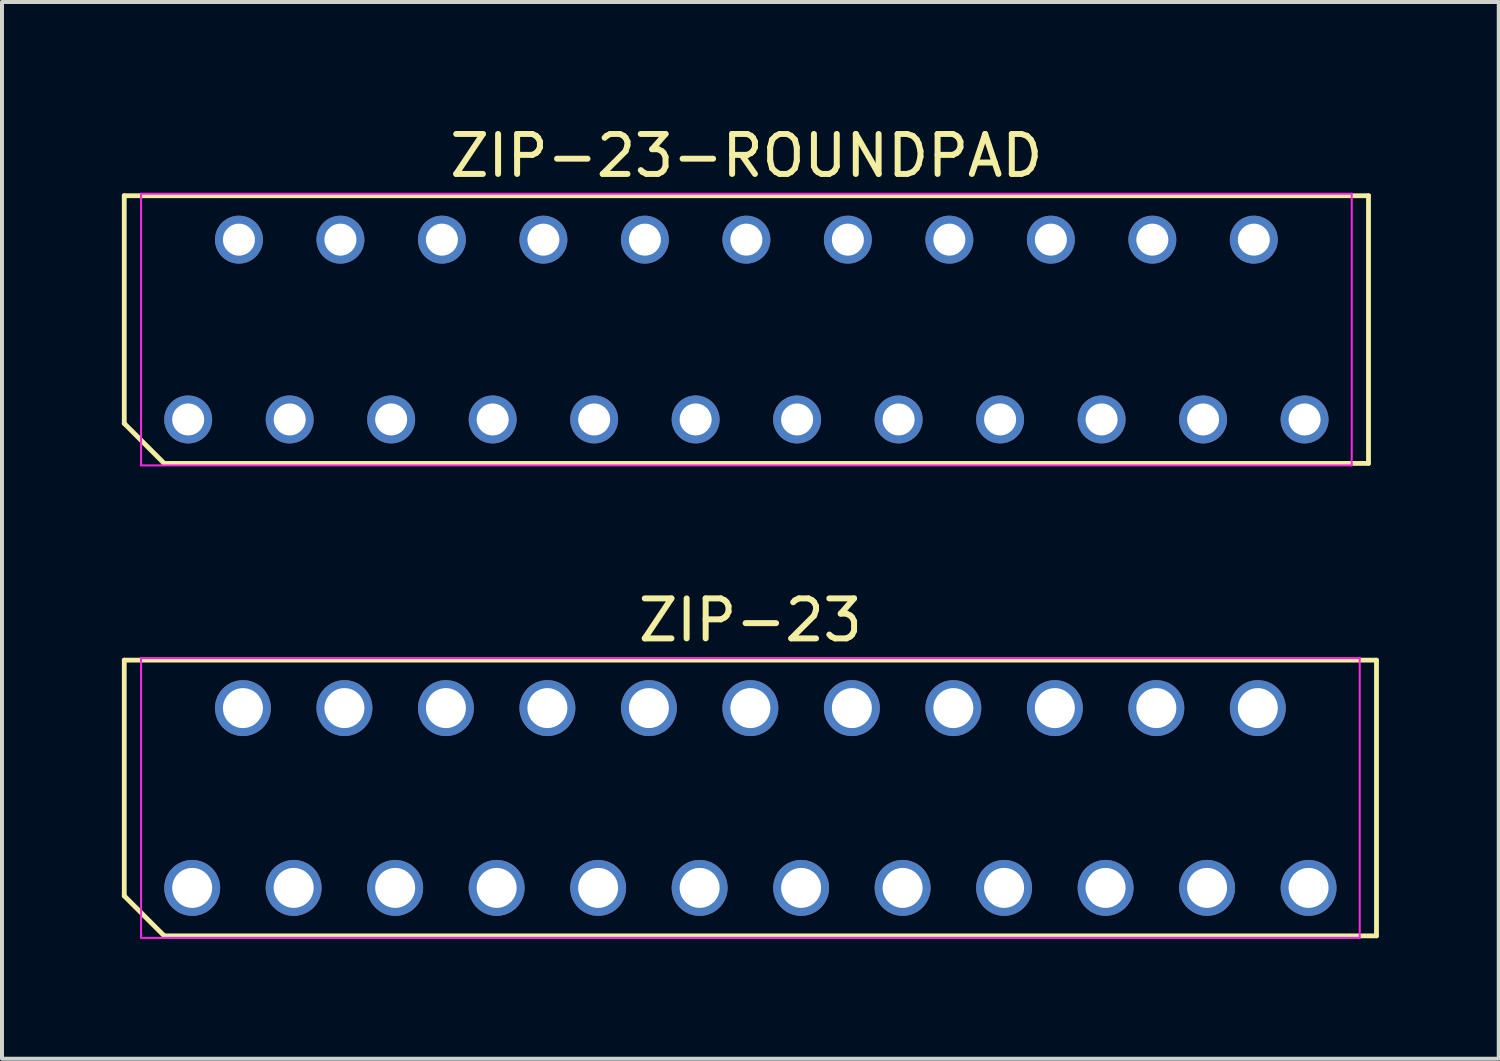
<source format=kicad_pcb>
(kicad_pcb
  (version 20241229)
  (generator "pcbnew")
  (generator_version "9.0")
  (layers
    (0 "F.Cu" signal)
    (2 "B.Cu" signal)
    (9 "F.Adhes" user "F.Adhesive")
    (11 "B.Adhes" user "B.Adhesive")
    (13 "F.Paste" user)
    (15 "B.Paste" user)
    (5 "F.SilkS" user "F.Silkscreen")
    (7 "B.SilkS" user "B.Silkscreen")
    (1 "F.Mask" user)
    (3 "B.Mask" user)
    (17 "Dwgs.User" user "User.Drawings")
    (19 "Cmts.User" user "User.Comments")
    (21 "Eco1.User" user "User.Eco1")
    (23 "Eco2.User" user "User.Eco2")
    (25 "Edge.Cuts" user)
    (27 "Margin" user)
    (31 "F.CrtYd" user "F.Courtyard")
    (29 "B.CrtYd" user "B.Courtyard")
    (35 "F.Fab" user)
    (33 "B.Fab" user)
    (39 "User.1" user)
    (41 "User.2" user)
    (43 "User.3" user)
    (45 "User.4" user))
  (footprint "ZIP-23-ROUNDPAD"
    (layer "F.Cu")
    (at 15.63 5.198)
    (property "Reference" "ZIP-23-ROUNDPAD" (at 0 -4.35 0) (layer "F.SilkS") (effects (font (size 1 1) (thickness 0.15))))
    (attr through_hole)
    (fp_line (start -15.57 -3.35) (end 15.57 -3.35) (stroke (width 0.12) (type default)) (layer "F.SilkS"))
    (fp_line (start -15.57 2.35) (end -15.57 -3.35) (stroke (width 0.12) (type default)) (layer "F.SilkS"))
    (fp_line (start -14.57 3.35) (end -15.57 2.35) (stroke (width 0.12) (type default)) (layer "F.SilkS"))
    (fp_line (start 15.57 -3.35) (end 15.57 3.35) (stroke (width 0.12) (type default)) (layer "F.SilkS"))
    (fp_line (start 15.57 3.35) (end -14.57 3.35) (stroke (width 0.12) (type default)) (layer "F.SilkS"))
    (fp_line (start -15.15 -3.4) (end 15.15 -3.4) (stroke (width 0.05) (type default)) (layer "F.CrtYd"))
    (fp_line (start -15.15 3.4) (end -15.15 -3.4) (stroke (width 0.05) (type default)) (layer "F.CrtYd"))
    (fp_line (start 15.15 -3.4) (end 15.15 3.4) (stroke (width 0.05) (type default)) (layer "F.CrtYd"))
    (fp_line (start 15.15 3.4) (end -15.15 3.4) (stroke (width 0.05) (type default)) (layer "F.CrtYd"))
    (pad "1" thru_hole oval (at -13.97 2.25) (size 1.2 1.2) (drill 0.8) (layers "*.Cu" "*.Mask"))
    (pad "2" thru_hole oval (at -12.7 -2.25) (size 1.2 1.2) (drill 0.8) (layers "*.Cu" "*.Mask"))
    (pad "3" thru_hole oval (at -11.43 2.25) (size 1.2 1.2) (drill 0.8) (layers "*.Cu" "*.Mask"))
    (pad "4" thru_hole oval (at -10.16 -2.25) (size 1.2 1.2) (drill 0.8) (layers "*.Cu" "*.Mask"))
    (pad "5" thru_hole oval (at -8.89 2.25) (size 1.2 1.2) (drill 0.8) (layers "*.Cu" "*.Mask"))
    (pad "6" thru_hole oval (at -7.62 -2.25) (size 1.2 1.2) (drill 0.8) (layers "*.Cu" "*.Mask"))
    (pad "7" thru_hole oval (at -6.35 2.25) (size 1.2 1.2) (drill 0.8) (layers "*.Cu" "*.Mask"))
    (pad "8" thru_hole oval (at -5.08 -2.25) (size 1.2 1.2) (drill 0.8) (layers "*.Cu" "*.Mask"))
    (pad "9" thru_hole oval (at -3.81 2.25) (size 1.2 1.2) (drill 0.8) (layers "*.Cu" "*.Mask"))
    (pad "10" thru_hole oval (at -2.54 -2.25) (size 1.2 1.2) (drill 0.8) (layers "*.Cu" "*.Mask"))
    (pad "11" thru_hole oval (at -1.27 2.25) (size 1.2 1.2) (drill 0.8) (layers "*.Cu" "*.Mask"))
    (pad "12" thru_hole oval (at 0 -2.25) (size 1.2 1.2) (drill 0.8) (layers "*.Cu" "*.Mask"))
    (pad "13" thru_hole oval (at 1.27 2.25) (size 1.2 1.2) (drill 0.8) (layers "*.Cu" "*.Mask"))
    (pad "14" thru_hole oval (at 2.54 -2.25) (size 1.2 1.2) (drill 0.8) (layers "*.Cu" "*.Mask"))
    (pad "15" thru_hole oval (at 3.81 2.25) (size 1.2 1.2) (drill 0.8) (layers "*.Cu" "*.Mask"))
    (pad "16" thru_hole oval (at 5.08 -2.25) (size 1.2 1.2) (drill 0.8) (layers "*.Cu" "*.Mask"))
    (pad "17" thru_hole oval (at 6.35 2.25) (size 1.2 1.2) (drill 0.8) (layers "*.Cu" "*.Mask"))
    (pad "18" thru_hole oval (at 7.62 -2.25) (size 1.2 1.2) (drill 0.8) (layers "*.Cu" "*.Mask"))
    (pad "19" thru_hole oval (at 8.89 2.25) (size 1.2 1.2) (drill 0.8) (layers "*.Cu" "*.Mask"))
    (pad "20" thru_hole oval (at 10.16 -2.25) (size 1.2 1.2) (drill 0.8) (layers "*.Cu" "*.Mask"))
    (pad "21" thru_hole oval (at 11.43 2.25) (size 1.2 1.2) (drill 0.8) (layers "*.Cu" "*.Mask"))
    (pad "22" thru_hole oval (at 12.7 -2.25) (size 1.2 1.2) (drill 0.8) (layers "*.Cu" "*.Mask"))
    (pad "23" thru_hole oval (at 13.97 2.25) (size 1.2 1.2) (drill 0.8) (layers "*.Cu" "*.Mask")))
  (footprint "ZIP-23"
    (layer "F.Cu")
    (at 15.73 16.922)
    (property "Reference" "ZIP-23" (at 0 -4.45 0) (layer "F.SilkS") (effects (font (size 1 1) (thickness 0.15))))
    (attr through_hole)
    (fp_line (start -15.67 -3.45) (end 15.67 -3.45) (stroke (width 0.12) (type default)) (layer "F.SilkS"))
    (fp_line (start -15.67 2.45) (end -15.67 -3.45) (stroke (width 0.12) (type default)) (layer "F.SilkS"))
    (fp_line (start -14.67 3.45) (end -15.67 2.45) (stroke (width 0.12) (type default)) (layer "F.SilkS"))
    (fp_line (start 15.67 -3.45) (end 15.67 3.45) (stroke (width 0.12) (type default)) (layer "F.SilkS"))
    (fp_line (start 15.67 3.45) (end -14.67 3.45) (stroke (width 0.12) (type default)) (layer "F.SilkS"))
    (fp_line (start -15.25 -3.5) (end 15.25 -3.5) (stroke (width 0.05) (type default)) (layer "F.CrtYd"))
    (fp_line (start -15.25 3.5) (end -15.25 -3.5) (stroke (width 0.05) (type default)) (layer "F.CrtYd"))
    (fp_line (start 15.25 -3.5) (end 15.25 3.5) (stroke (width 0.05) (type default)) (layer "F.CrtYd"))
    (fp_line (start 15.25 3.5) (end -15.25 3.5) (stroke (width 0.05) (type default)) (layer "F.CrtYd"))
    (pad "1" thru_hole oval (at -13.97 2.25) (size 1.4 1.4) (drill 1) (layers "*.Cu" "*.Mask"))
    (pad "2" thru_hole oval (at -12.7 -2.25) (size 1.4 1.4) (drill 1) (layers "*.Cu" "*.Mask"))
    (pad "3" thru_hole oval (at -11.43 2.25) (size 1.4 1.4) (drill 1) (layers "*.Cu" "*.Mask"))
    (pad "4" thru_hole oval (at -10.16 -2.25) (size 1.4 1.4) (drill 1) (layers "*.Cu" "*.Mask"))
    (pad "5" thru_hole oval (at -8.89 2.25) (size 1.4 1.4) (drill 1) (layers "*.Cu" "*.Mask"))
    (pad "6" thru_hole oval (at -7.62 -2.25) (size 1.4 1.4) (drill 1) (layers "*.Cu" "*.Mask"))
    (pad "7" thru_hole oval (at -6.35 2.25) (size 1.4 1.4) (drill 1) (layers "*.Cu" "*.Mask"))
    (pad "8" thru_hole oval (at -5.08 -2.25) (size 1.4 1.4) (drill 1) (layers "*.Cu" "*.Mask"))
    (pad "9" thru_hole oval (at -3.81 2.25) (size 1.4 1.4) (drill 1) (layers "*.Cu" "*.Mask"))
    (pad "10" thru_hole oval (at -2.54 -2.25) (size 1.4 1.4) (drill 1) (layers "*.Cu" "*.Mask"))
    (pad "11" thru_hole oval (at -1.27 2.25) (size 1.4 1.4) (drill 1) (layers "*.Cu" "*.Mask"))
    (pad "12" thru_hole oval (at 0 -2.25) (size 1.4 1.4) (drill 1) (layers "*.Cu" "*.Mask"))
    (pad "13" thru_hole oval (at 1.27 2.25) (size 1.4 1.4) (drill 1) (layers "*.Cu" "*.Mask"))
    (pad "14" thru_hole oval (at 2.54 -2.25) (size 1.4 1.4) (drill 1) (layers "*.Cu" "*.Mask"))
    (pad "15" thru_hole oval (at 3.81 2.25) (size 1.4 1.4) (drill 1) (layers "*.Cu" "*.Mask"))
    (pad "16" thru_hole oval (at 5.08 -2.25) (size 1.4 1.4) (drill 1) (layers "*.Cu" "*.Mask"))
    (pad "17" thru_hole oval (at 6.35 2.25) (size 1.4 1.4) (drill 1) (layers "*.Cu" "*.Mask"))
    (pad "18" thru_hole oval (at 7.62 -2.25) (size 1.4 1.4) (drill 1) (layers "*.Cu" "*.Mask"))
    (pad "19" thru_hole oval (at 8.89 2.25) (size 1.4 1.4) (drill 1) (layers "*.Cu" "*.Mask"))
    (pad "20" thru_hole oval (at 10.16 -2.25) (size 1.4 1.4) (drill 1) (layers "*.Cu" "*.Mask"))
    (pad "21" thru_hole oval (at 11.43 2.25) (size 1.4 1.4) (drill 1) (layers "*.Cu" "*.Mask"))
    (pad "22" thru_hole oval (at 12.7 -2.25) (size 1.4 1.4) (drill 1) (layers "*.Cu" "*.Mask"))
    (pad "23" thru_hole oval (at 13.97 2.25) (size 1.4 1.4) (drill 1) (layers "*.Cu" "*.Mask")))
  (gr_rect
    (start -3 -3)
    (end 34.46 23.447)
    (stroke (width 0.1) (type default))
    (fill no)
    (layer "Edge.Cuts")))
</source>
